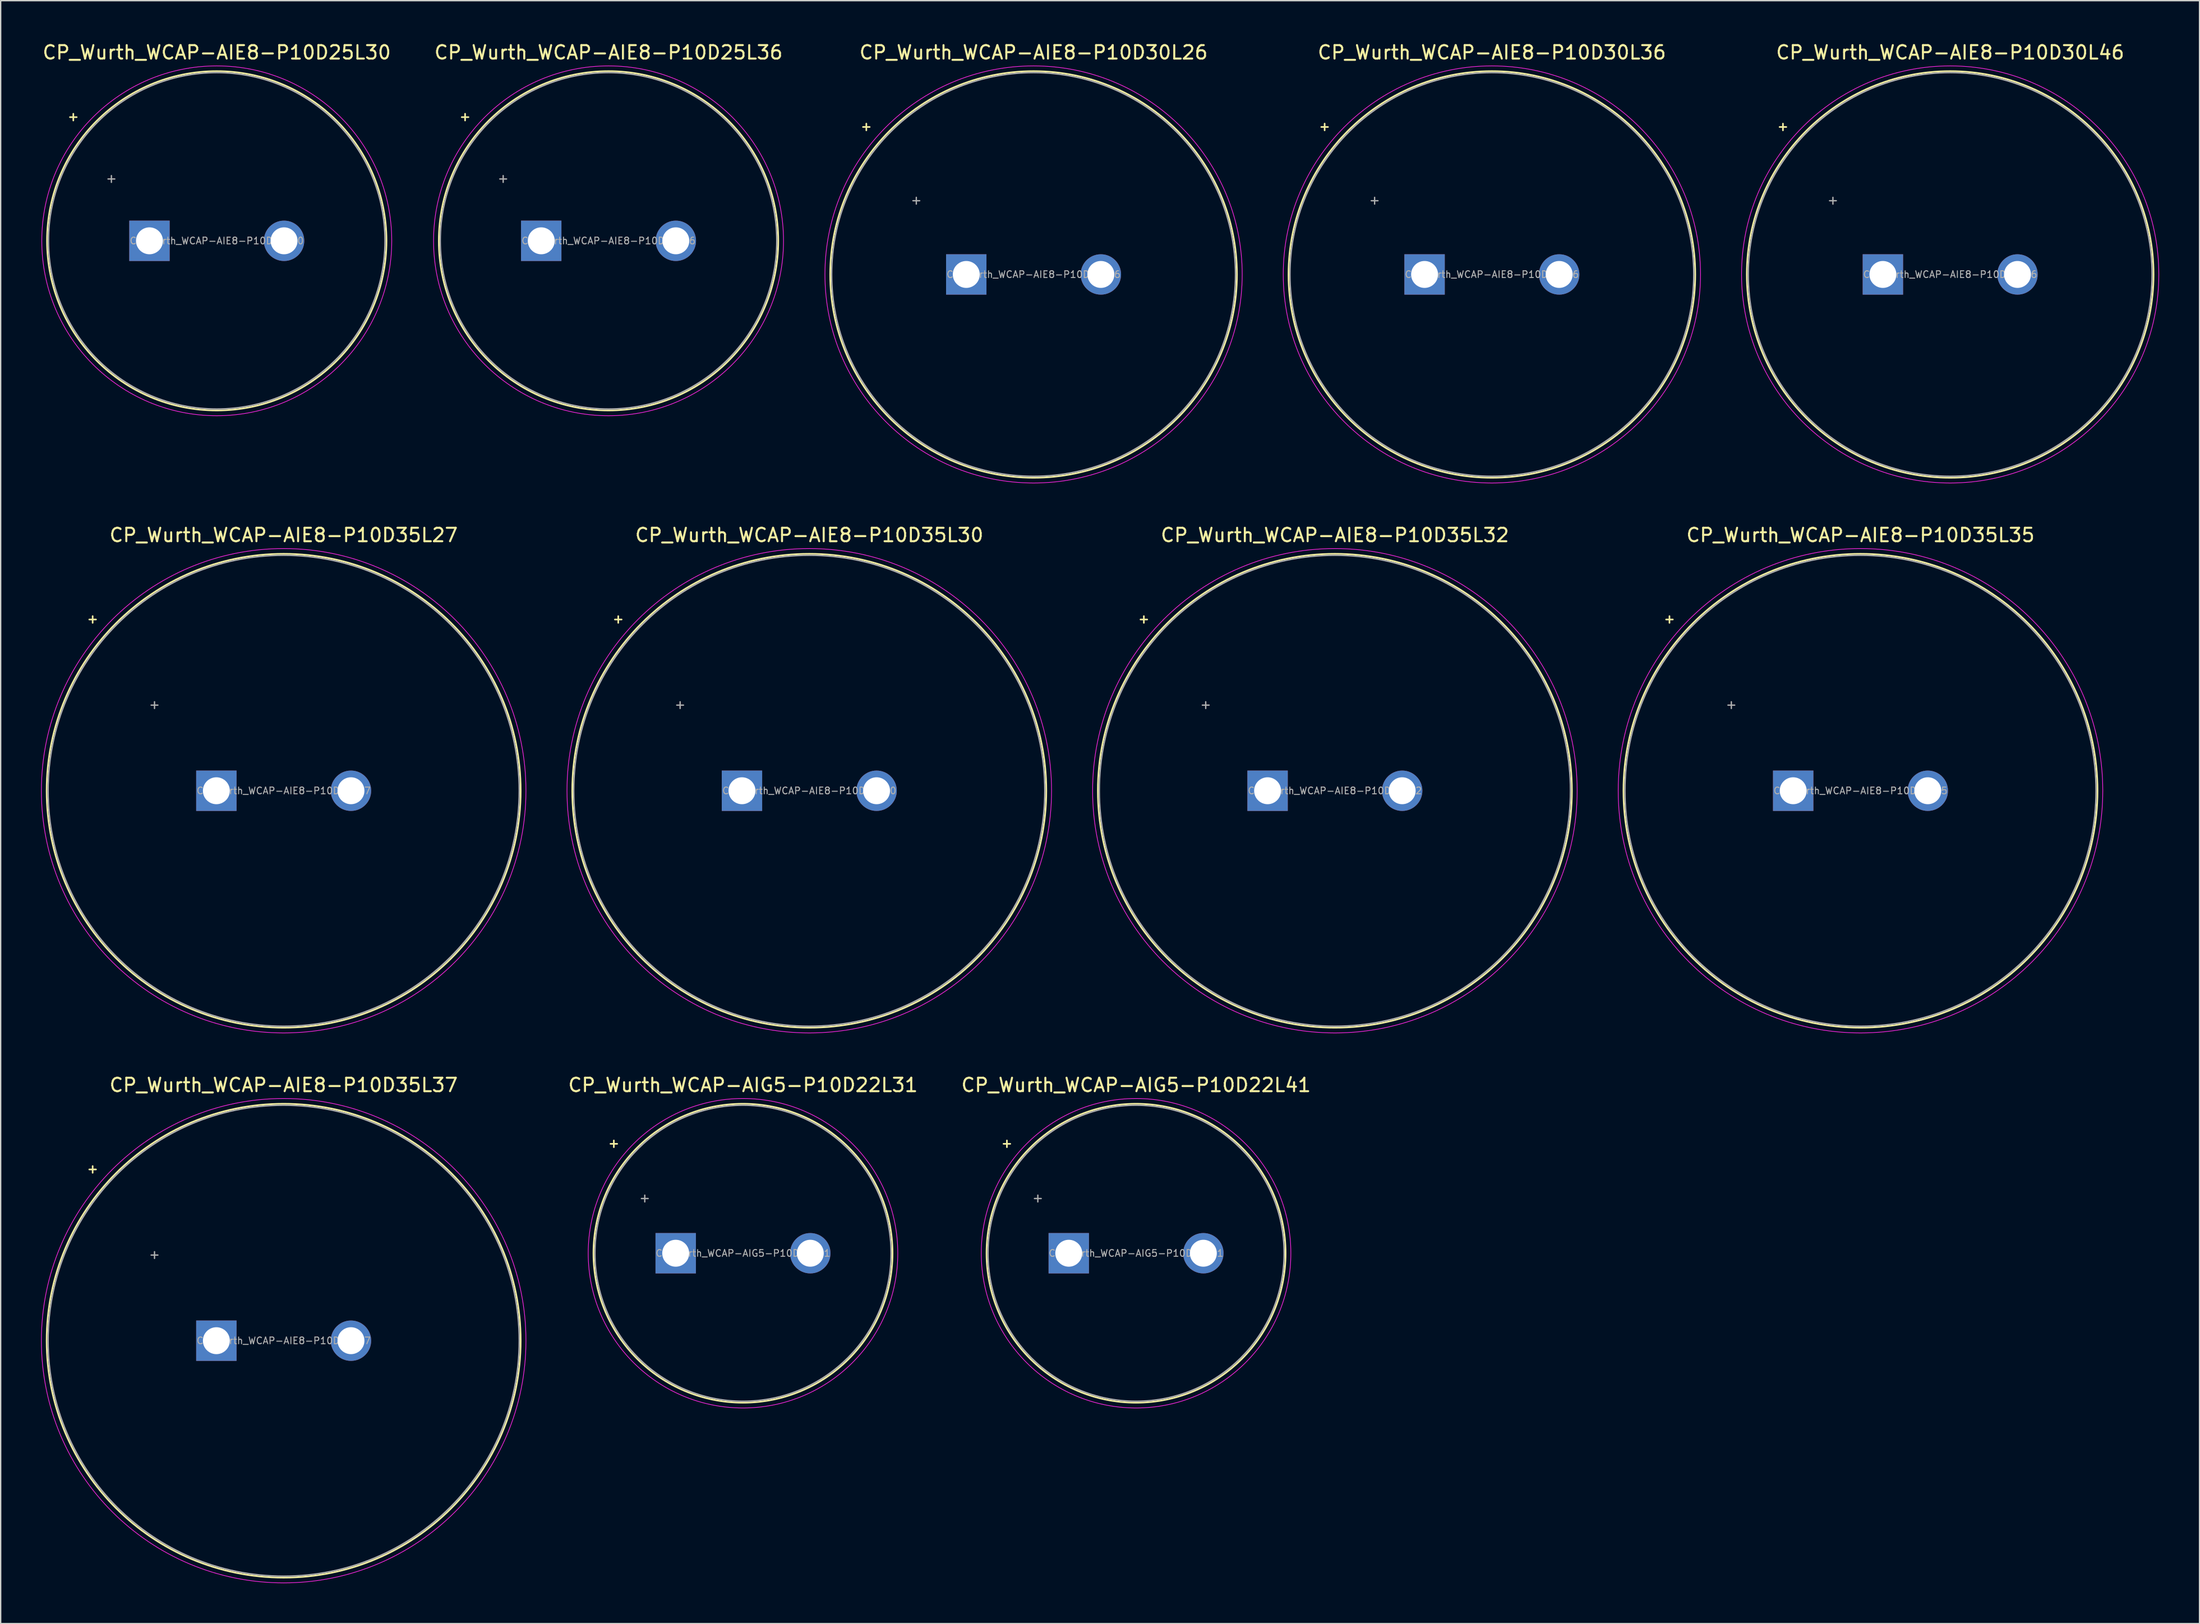
<source format=kicad_pcb>
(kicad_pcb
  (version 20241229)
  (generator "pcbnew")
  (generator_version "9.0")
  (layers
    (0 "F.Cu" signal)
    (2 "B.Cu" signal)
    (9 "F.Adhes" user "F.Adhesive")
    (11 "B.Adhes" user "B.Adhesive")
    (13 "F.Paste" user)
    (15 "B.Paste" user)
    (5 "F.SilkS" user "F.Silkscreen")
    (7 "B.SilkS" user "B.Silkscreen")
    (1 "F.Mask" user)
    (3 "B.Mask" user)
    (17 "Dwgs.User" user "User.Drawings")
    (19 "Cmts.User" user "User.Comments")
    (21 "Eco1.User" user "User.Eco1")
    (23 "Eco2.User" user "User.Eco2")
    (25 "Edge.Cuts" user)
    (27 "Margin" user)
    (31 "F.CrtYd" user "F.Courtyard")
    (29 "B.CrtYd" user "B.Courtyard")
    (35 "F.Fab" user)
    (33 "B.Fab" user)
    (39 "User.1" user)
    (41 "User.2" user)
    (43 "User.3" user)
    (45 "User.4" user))
  (footprint "CP_Wurth_WCAP-AIE8-P10D25L30"
    (layer "F.Cu")
    (at 8.054 14.848)
    (property "Reference" "CP_Wurth_WCAP-AIE8-P10D25L30" (at 5 -14 0) (unlocked yes) (layer "F.SilkS") (effects (font (size 1 1) (thickness 0.15))))
    (attr through_hole)
    (fp_line (start -5.907 -9.192) (end -5.407 -9.192) (stroke (width 0.12) (type solid)) (layer "F.SilkS"))
    (fp_line (start -5.657 -8.942) (end -5.657 -9.442) (stroke (width 0.12) (type solid)) (layer "F.SilkS"))
    (fp_circle (center 5 0) (end 17.61 0) (stroke (width 0.12) (type solid)) (fill no) (layer "F.SilkS"))
    (fp_circle (center 5 0) (end 18 0) (stroke (width 0.05) (type solid)) (fill no) (layer "F.CrtYd"))
    (fp_line (start -3.078 -4.596) (end -2.578 -4.596) (stroke (width 0.1) (type default)) (layer "F.Fab"))
    (fp_line (start -2.828 -4.346) (end -2.828 -4.846) (stroke (width 0.1) (type default)) (layer "F.Fab"))
    (fp_circle (center 5 0) (end 17.5 0) (stroke (width 0.1) (type solid)) (fill no) (layer "F.Fab"))
    (fp_text user "${REFERENCE}" (at 5 0 0) (unlocked yes) (layer "F.Fab") (effects (font (size 0.5 0.5) (thickness 0.075))))
    (pad "1" thru_hole rect (at 0 0) (size 3 3) (drill 2) (layers "*.Cu" "*.Mask"))
    (pad "2" thru_hole circle (at 10 0) (size 3 3) (drill 2) (layers "*.Cu" "*.Mask")))
  (footprint "CP_Wurth_WCAP-AIE8-P10D35L35"
    (layer "F.Cu")
    (at 130.175 55.721)
    (property "Reference" "CP_Wurth_WCAP-AIE8-P10D35L35" (at 5 -19 0) (unlocked yes) (layer "F.SilkS") (effects (font (size 1 1) (thickness 0.15))))
    (attr through_hole)
    (fp_line (start -9.442 -12.728) (end -8.942 -12.728) (stroke (width 0.12) (type solid)) (layer "F.SilkS"))
    (fp_line (start -9.192 -12.478) (end -9.192 -12.978) (stroke (width 0.12) (type solid)) (layer "F.SilkS"))
    (fp_circle (center 5 0) (end 22.61 0) (stroke (width 0.12) (type solid)) (fill no) (layer "F.SilkS"))
    (fp_circle (center 5 0) (end 23 0) (stroke (width 0.05) (type solid)) (fill no) (layer "F.CrtYd"))
    (fp_line (start -4.846 -6.364) (end -4.346 -6.364) (stroke (width 0.1) (type default)) (layer "F.Fab"))
    (fp_line (start -4.596 -6.114) (end -4.596 -6.614) (stroke (width 0.1) (type default)) (layer "F.Fab"))
    (fp_circle (center 5 0) (end 22.5 0) (stroke (width 0.1) (type solid)) (fill no) (layer "F.Fab"))
    (fp_text user "${REFERENCE}" (at 5 0 0) (unlocked yes) (layer "F.Fab") (effects (font (size 0.5 0.5) (thickness 0.075))))
    (pad "1" thru_hole rect (at 0 0) (size 3 3) (drill 2) (layers "*.Cu" "*.Mask"))
    (pad "2" thru_hole circle (at 10 0) (size 3 3) (drill 2) (layers "*.Cu" "*.Mask")))
  (footprint "CP_Wurth_WCAP-AIE8-P10D35L37"
    (layer "F.Cu")
    (at 13.025 96.595)
    (property "Reference" "CP_Wurth_WCAP-AIE8-P10D35L37" (at 5 -19 0) (unlocked yes) (layer "F.SilkS") (effects (font (size 1 1) (thickness 0.15))))
    (attr through_hole)
    (fp_line (start -9.442 -12.728) (end -8.942 -12.728) (stroke (width 0.12) (type solid)) (layer "F.SilkS"))
    (fp_line (start -9.192 -12.478) (end -9.192 -12.978) (stroke (width 0.12) (type solid)) (layer "F.SilkS"))
    (fp_circle (center 5 0) (end 22.61 0) (stroke (width 0.12) (type solid)) (fill no) (layer "F.SilkS"))
    (fp_circle (center 5 0) (end 23 0) (stroke (width 0.05) (type solid)) (fill no) (layer "F.CrtYd"))
    (fp_line (start -4.846 -6.364) (end -4.346 -6.364) (stroke (width 0.1) (type default)) (layer "F.Fab"))
    (fp_line (start -4.596 -6.114) (end -4.596 -6.614) (stroke (width 0.1) (type default)) (layer "F.Fab"))
    (fp_circle (center 5 0) (end 22.5 0) (stroke (width 0.1) (type solid)) (fill no) (layer "F.Fab"))
    (fp_text user "${REFERENCE}" (at 5 0 0) (unlocked yes) (layer "F.Fab") (effects (font (size 0.5 0.5) (thickness 0.075))))
    (pad "1" thru_hole rect (at 0 0) (size 3 3) (drill 2) (layers "*.Cu" "*.Mask"))
    (pad "2" thru_hole circle (at 10 0) (size 3 3) (drill 2) (layers "*.Cu" "*.Mask")))
  (footprint "CP_Wurth_WCAP-AIE8-P10D30L26"
    (layer "F.Cu")
    (at 68.739 17.348)
    (property "Reference" "CP_Wurth_WCAP-AIE8-P10D30L26" (at 5 -16.5 0) (unlocked yes) (layer "F.SilkS") (effects (font (size 1 1) (thickness 0.15))))
    (attr through_hole)
    (fp_line (start -7.675 -10.96) (end -7.175 -10.96) (stroke (width 0.12) (type solid)) (layer "F.SilkS"))
    (fp_line (start -7.425 -10.71) (end -7.425 -11.21) (stroke (width 0.12) (type solid)) (layer "F.SilkS"))
    (fp_circle (center 5 0) (end 20.11 0) (stroke (width 0.12) (type solid)) (fill no) (layer "F.SilkS"))
    (fp_circle (center 5 0) (end 20.5 0) (stroke (width 0.05) (type solid)) (fill no) (layer "F.CrtYd"))
    (fp_line (start -3.962 -5.48) (end -3.462 -5.48) (stroke (width 0.1) (type default)) (layer "F.Fab"))
    (fp_line (start -3.712 -5.23) (end -3.712 -5.73) (stroke (width 0.1) (type default)) (layer "F.Fab"))
    (fp_circle (center 5 0) (end 20 0) (stroke (width 0.1) (type solid)) (fill no) (layer "F.Fab"))
    (fp_text user "${REFERENCE}" (at 5 0 0) (unlocked yes) (layer "F.Fab") (effects (font (size 0.5 0.5) (thickness 0.075))))
    (pad "1" thru_hole rect (at 0 0) (size 3 3) (drill 2) (layers "*.Cu" "*.Mask"))
    (pad "2" thru_hole circle (at 10 0) (size 3 3) (drill 2) (layers "*.Cu" "*.Mask")))
  (footprint "CP_Wurth_WCAP-AIE8-P10D35L27"
    (layer "F.Cu")
    (at 13.025 55.721)
    (property "Reference" "CP_Wurth_WCAP-AIE8-P10D35L27" (at 5 -19 0) (unlocked yes) (layer "F.SilkS") (effects (font (size 1 1) (thickness 0.15))))
    (attr through_hole)
    (fp_line (start -9.442 -12.728) (end -8.942 -12.728) (stroke (width 0.12) (type solid)) (layer "F.SilkS"))
    (fp_line (start -9.192 -12.478) (end -9.192 -12.978) (stroke (width 0.12) (type solid)) (layer "F.SilkS"))
    (fp_circle (center 5 0) (end 22.61 0) (stroke (width 0.12) (type solid)) (fill no) (layer "F.SilkS"))
    (fp_circle (center 5 0) (end 23 0) (stroke (width 0.05) (type solid)) (fill no) (layer "F.CrtYd"))
    (fp_line (start -4.846 -6.364) (end -4.346 -6.364) (stroke (width 0.1) (type default)) (layer "F.Fab"))
    (fp_line (start -4.596 -6.114) (end -4.596 -6.614) (stroke (width 0.1) (type default)) (layer "F.Fab"))
    (fp_circle (center 5 0) (end 22.5 0) (stroke (width 0.1) (type solid)) (fill no) (layer "F.Fab"))
    (fp_text user "${REFERENCE}" (at 5 0 0) (unlocked yes) (layer "F.Fab") (effects (font (size 0.5 0.5) (thickness 0.075))))
    (pad "1" thru_hole rect (at 0 0) (size 3 3) (drill 2) (layers "*.Cu" "*.Mask"))
    (pad "2" thru_hole circle (at 10 0) (size 3 3) (drill 2) (layers "*.Cu" "*.Mask")))
  (footprint "CP_Wurth_WCAP-AIE8-P10D30L46"
    (layer "F.Cu")
    (at 136.839 17.348)
    (property "Reference" "CP_Wurth_WCAP-AIE8-P10D30L46" (at 5 -16.5 0) (unlocked yes) (layer "F.SilkS") (effects (font (size 1 1) (thickness 0.15))))
    (attr through_hole)
    (fp_line (start -7.675 -10.96) (end -7.175 -10.96) (stroke (width 0.12) (type solid)) (layer "F.SilkS"))
    (fp_line (start -7.425 -10.71) (end -7.425 -11.21) (stroke (width 0.12) (type solid)) (layer "F.SilkS"))
    (fp_circle (center 5 0) (end 20.11 0) (stroke (width 0.12) (type solid)) (fill no) (layer "F.SilkS"))
    (fp_circle (center 5 0) (end 20.5 0) (stroke (width 0.05) (type solid)) (fill no) (layer "F.CrtYd"))
    (fp_line (start -3.962 -5.48) (end -3.462 -5.48) (stroke (width 0.1) (type default)) (layer "F.Fab"))
    (fp_line (start -3.712 -5.23) (end -3.712 -5.73) (stroke (width 0.1) (type default)) (layer "F.Fab"))
    (fp_circle (center 5 0) (end 20 0) (stroke (width 0.1) (type solid)) (fill no) (layer "F.Fab"))
    (fp_text user "${REFERENCE}" (at 5 0 0) (unlocked yes) (layer "F.Fab") (effects (font (size 0.5 0.5) (thickness 0.075))))
    (pad "1" thru_hole rect (at 0 0) (size 3 3) (drill 2) (layers "*.Cu" "*.Mask"))
    (pad "2" thru_hole circle (at 10 0) (size 3 3) (drill 2) (layers "*.Cu" "*.Mask")))
  (footprint "CP_Wurth_WCAP-AIE8-P10D35L30"
    (layer "F.Cu")
    (at 52.075 55.721)
    (property "Reference" "CP_Wurth_WCAP-AIE8-P10D35L30" (at 5 -19 0) (unlocked yes) (layer "F.SilkS") (effects (font (size 1 1) (thickness 0.15))))
    (attr through_hole)
    (fp_line (start -9.442 -12.728) (end -8.942 -12.728) (stroke (width 0.12) (type solid)) (layer "F.SilkS"))
    (fp_line (start -9.192 -12.478) (end -9.192 -12.978) (stroke (width 0.12) (type solid)) (layer "F.SilkS"))
    (fp_circle (center 5 0) (end 22.61 0) (stroke (width 0.12) (type solid)) (fill no) (layer "F.SilkS"))
    (fp_circle (center 5 0) (end 23 0) (stroke (width 0.05) (type solid)) (fill no) (layer "F.CrtYd"))
    (fp_line (start -4.846 -6.364) (end -4.346 -6.364) (stroke (width 0.1) (type default)) (layer "F.Fab"))
    (fp_line (start -4.596 -6.114) (end -4.596 -6.614) (stroke (width 0.1) (type default)) (layer "F.Fab"))
    (fp_circle (center 5 0) (end 22.5 0) (stroke (width 0.1) (type solid)) (fill no) (layer "F.Fab"))
    (fp_text user "${REFERENCE}" (at 5 0 0) (unlocked yes) (layer "F.Fab") (effects (font (size 0.5 0.5) (thickness 0.075))))
    (pad "1" thru_hole rect (at 0 0) (size 3 3) (drill 2) (layers "*.Cu" "*.Mask"))
    (pad "2" thru_hole circle (at 10 0) (size 3 3) (drill 2) (layers "*.Cu" "*.Mask")))
  (footprint "CP_Wurth_WCAP-AIG5-P10D22L41"
    (layer "F.Cu")
    (at 76.354 90.095)
    (property "Reference" "CP_Wurth_WCAP-AIG5-P10D22L41" (at 5 -12.5 0) (unlocked yes) (layer "F.SilkS") (effects (font (size 1 1) (thickness 0.15))))
    (attr through_hole)
    (fp_line (start -4.846 -8.132) (end -4.346 -8.132) (stroke (width 0.12) (type solid)) (layer "F.SilkS"))
    (fp_line (start -4.596 -7.882) (end -4.596 -8.382) (stroke (width 0.12) (type solid)) (layer "F.SilkS"))
    (fp_circle (center 5 0) (end 16.11 0) (stroke (width 0.12) (type solid)) (fill no) (layer "F.SilkS"))
    (fp_circle (center 5 0) (end 16.5 0) (stroke (width 0.05) (type solid)) (fill no) (layer "F.CrtYd"))
    (fp_line (start -2.548 -4.066) (end -2.048 -4.066) (stroke (width 0.1) (type default)) (layer "F.Fab"))
    (fp_line (start -2.298 -3.816) (end -2.298 -4.316) (stroke (width 0.1) (type default)) (layer "F.Fab"))
    (fp_circle (center 5 0) (end 16 0) (stroke (width 0.1) (type solid)) (fill no) (layer "F.Fab"))
    (fp_text user "${REFERENCE}" (at 5 0 0) (unlocked yes) (layer "F.Fab") (effects (font (size 0.5 0.5) (thickness 0.075))))
    (pad "1" thru_hole rect (at 0 0) (size 3 3) (drill 2) (layers "*.Cu" "*.Mask"))
    (pad "2" thru_hole circle (at 10 0) (size 3 3) (drill 2) (layers "*.Cu" "*.Mask")))
  (footprint "CP_Wurth_WCAP-AIG5-P10D22L31"
    (layer "F.Cu")
    (at 47.151 90.095)
    (property "Reference" "CP_Wurth_WCAP-AIG5-P10D22L31" (at 5 -12.5 0) (unlocked yes) (layer "F.SilkS") (effects (font (size 1 1) (thickness 0.15))))
    (attr through_hole)
    (fp_line (start -4.846 -8.132) (end -4.346 -8.132) (stroke (width 0.12) (type solid)) (layer "F.SilkS"))
    (fp_line (start -4.596 -7.882) (end -4.596 -8.382) (stroke (width 0.12) (type solid)) (layer "F.SilkS"))
    (fp_circle (center 5 0) (end 16.11 0) (stroke (width 0.12) (type solid)) (fill no) (layer "F.SilkS"))
    (fp_circle (center 5 0) (end 16.5 0) (stroke (width 0.05) (type solid)) (fill no) (layer "F.CrtYd"))
    (fp_line (start -2.548 -4.066) (end -2.048 -4.066) (stroke (width 0.1) (type default)) (layer "F.Fab"))
    (fp_line (start -2.298 -3.816) (end -2.298 -4.316) (stroke (width 0.1) (type default)) (layer "F.Fab"))
    (fp_circle (center 5 0) (end 16 0) (stroke (width 0.1) (type solid)) (fill no) (layer "F.Fab"))
    (fp_text user "${REFERENCE}" (at 5 0 0) (unlocked yes) (layer "F.Fab") (effects (font (size 0.5 0.5) (thickness 0.075))))
    (pad "1" thru_hole rect (at 0 0) (size 3 3) (drill 2) (layers "*.Cu" "*.Mask"))
    (pad "2" thru_hole circle (at 10 0) (size 3 3) (drill 2) (layers "*.Cu" "*.Mask")))
  (footprint "CP_Wurth_WCAP-AIE8-P10D25L36"
    (layer "F.Cu")
    (at 37.161 14.848)
    (property "Reference" "CP_Wurth_WCAP-AIE8-P10D25L36" (at 5 -14 0) (unlocked yes) (layer "F.SilkS") (effects (font (size 1 1) (thickness 0.15))))
    (attr through_hole)
    (fp_line (start -5.907 -9.192) (end -5.407 -9.192) (stroke (width 0.12) (type solid)) (layer "F.SilkS"))
    (fp_line (start -5.657 -8.942) (end -5.657 -9.442) (stroke (width 0.12) (type solid)) (layer "F.SilkS"))
    (fp_circle (center 5 0) (end 17.61 0) (stroke (width 0.12) (type solid)) (fill no) (layer "F.SilkS"))
    (fp_circle (center 5 0) (end 18 0) (stroke (width 0.05) (type solid)) (fill no) (layer "F.CrtYd"))
    (fp_line (start -3.078 -4.596) (end -2.578 -4.596) (stroke (width 0.1) (type default)) (layer "F.Fab"))
    (fp_line (start -2.828 -4.346) (end -2.828 -4.846) (stroke (width 0.1) (type default)) (layer "F.Fab"))
    (fp_circle (center 5 0) (end 17.5 0) (stroke (width 0.1) (type solid)) (fill no) (layer "F.Fab"))
    (fp_text user "${REFERENCE}" (at 5 0 0) (unlocked yes) (layer "F.Fab") (effects (font (size 0.5 0.5) (thickness 0.075))))
    (pad "1" thru_hole rect (at 0 0) (size 3 3) (drill 2) (layers "*.Cu" "*.Mask"))
    (pad "2" thru_hole circle (at 10 0) (size 3 3) (drill 2) (layers "*.Cu" "*.Mask")))
  (footprint "CP_Wurth_WCAP-AIE8-P10D30L36"
    (layer "F.Cu")
    (at 102.789 17.348)
    (property "Reference" "CP_Wurth_WCAP-AIE8-P10D30L36" (at 5 -16.5 0) (unlocked yes) (layer "F.SilkS") (effects (font (size 1 1) (thickness 0.15))))
    (attr through_hole)
    (fp_line (start -7.675 -10.96) (end -7.175 -10.96) (stroke (width 0.12) (type solid)) (layer "F.SilkS"))
    (fp_line (start -7.425 -10.71) (end -7.425 -11.21) (stroke (width 0.12) (type solid)) (layer "F.SilkS"))
    (fp_circle (center 5 0) (end 20.11 0) (stroke (width 0.12) (type solid)) (fill no) (layer "F.SilkS"))
    (fp_circle (center 5 0) (end 20.5 0) (stroke (width 0.05) (type solid)) (fill no) (layer "F.CrtYd"))
    (fp_line (start -3.962 -5.48) (end -3.462 -5.48) (stroke (width 0.1) (type default)) (layer "F.Fab"))
    (fp_line (start -3.712 -5.23) (end -3.712 -5.73) (stroke (width 0.1) (type default)) (layer "F.Fab"))
    (fp_circle (center 5 0) (end 20 0) (stroke (width 0.1) (type solid)) (fill no) (layer "F.Fab"))
    (fp_text user "${REFERENCE}" (at 5 0 0) (unlocked yes) (layer "F.Fab") (effects (font (size 0.5 0.5) (thickness 0.075))))
    (pad "1" thru_hole rect (at 0 0) (size 3 3) (drill 2) (layers "*.Cu" "*.Mask"))
    (pad "2" thru_hole circle (at 10 0) (size 3 3) (drill 2) (layers "*.Cu" "*.Mask")))
  (footprint "CP_Wurth_WCAP-AIE8-P10D35L32"
    (layer "F.Cu")
    (at 91.125 55.721)
    (property "Reference" "CP_Wurth_WCAP-AIE8-P10D35L32" (at 5 -19 0) (unlocked yes) (layer "F.SilkS") (effects (font (size 1 1) (thickness 0.15))))
    (attr through_hole)
    (fp_line (start -9.442 -12.728) (end -8.942 -12.728) (stroke (width 0.12) (type solid)) (layer "F.SilkS"))
    (fp_line (start -9.192 -12.478) (end -9.192 -12.978) (stroke (width 0.12) (type solid)) (layer "F.SilkS"))
    (fp_circle (center 5 0) (end 22.61 0) (stroke (width 0.12) (type solid)) (fill no) (layer "F.SilkS"))
    (fp_circle (center 5 0) (end 23 0) (stroke (width 0.05) (type solid)) (fill no) (layer "F.CrtYd"))
    (fp_line (start -4.846 -6.364) (end -4.346 -6.364) (stroke (width 0.1) (type default)) (layer "F.Fab"))
    (fp_line (start -4.596 -6.114) (end -4.596 -6.614) (stroke (width 0.1) (type default)) (layer "F.Fab"))
    (fp_circle (center 5 0) (end 22.5 0) (stroke (width 0.1) (type solid)) (fill no) (layer "F.Fab"))
    (fp_text user "${REFERENCE}" (at 5 0 0) (unlocked yes) (layer "F.Fab") (effects (font (size 0.5 0.5) (thickness 0.075))))
    (pad "1" thru_hole rect (at 0 0) (size 3 3) (drill 2) (layers "*.Cu" "*.Mask"))
    (pad "2" thru_hole circle (at 10 0) (size 3 3) (drill 2) (layers "*.Cu" "*.Mask")))
  (gr_rect
    (start -3 -3)
    (end 160.364 117.62)
    (stroke (width 0.1) (type default))
    (fill no)
    (layer "Edge.Cuts")))
</source>
